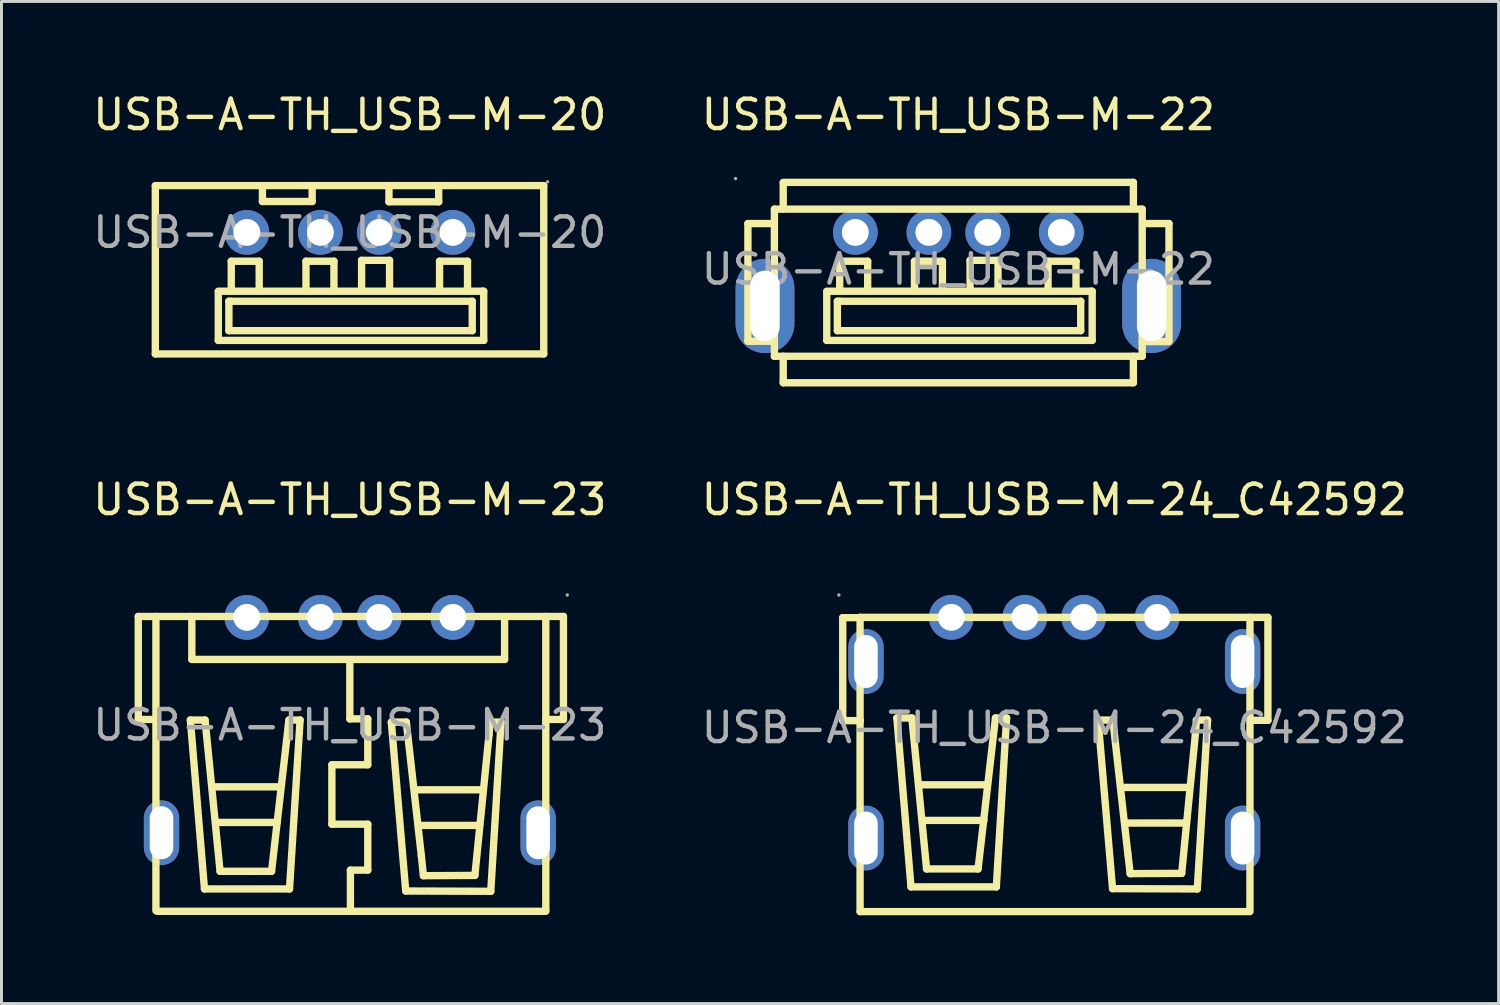
<source format=kicad_pcb>
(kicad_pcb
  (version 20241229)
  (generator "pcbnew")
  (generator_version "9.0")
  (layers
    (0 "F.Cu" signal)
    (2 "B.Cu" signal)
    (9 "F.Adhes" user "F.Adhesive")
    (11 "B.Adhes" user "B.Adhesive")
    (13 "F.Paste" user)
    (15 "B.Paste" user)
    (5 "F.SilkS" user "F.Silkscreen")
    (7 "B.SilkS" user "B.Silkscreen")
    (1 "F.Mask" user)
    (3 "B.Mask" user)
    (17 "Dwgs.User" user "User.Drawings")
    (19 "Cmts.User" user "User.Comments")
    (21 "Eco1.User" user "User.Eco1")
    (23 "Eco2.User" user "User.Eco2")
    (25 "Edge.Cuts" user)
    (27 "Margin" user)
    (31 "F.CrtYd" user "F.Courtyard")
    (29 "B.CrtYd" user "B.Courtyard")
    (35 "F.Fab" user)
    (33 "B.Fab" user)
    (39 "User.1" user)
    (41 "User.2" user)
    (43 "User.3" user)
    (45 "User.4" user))
  (footprint "USB-A-TH_USB-M-24_C42592"
    (layer "F.Cu")
    (at 32.78 21.681)
    (property "Reference" "USB-A-TH_USB-M-24_C42592" (at 0 -7.75 0) (layer "F.SilkS") (effects (font (size 1 1) (thickness 0.15))))
    (attr through_hole)
    (fp_line (start -7.19 -0.24) (end -7.19 -3.74) (stroke (width 0.25) (type solid)) (layer "F.SilkS"))
    (fp_line (start -6.6 -3.75) (end -6.6 6.25) (stroke (width 0.25) (type solid)) (layer "F.SilkS"))
    (fp_line (start -6.6 -3.75) (end 6.6 -3.75) (stroke (width 0.25) (type solid)) (layer "F.SilkS"))
    (fp_line (start -6.6 6.25) (end 6.6 6.25) (stroke (width 0.25) (type solid)) (layer "F.SilkS"))
    (fp_line (start -6.59 -3.74) (end -7.19 -3.74) (stroke (width 0.25) (type solid)) (layer "F.SilkS"))
    (fp_line (start -6.59 -0.24) (end -7.19 -0.24) (stroke (width 0.25) (type solid)) (layer "F.SilkS"))
    (fp_line (start -5.35 -0.33) (end -4.84 -0.33) (stroke (width 0.25) (type solid)) (layer "F.SilkS"))
    (fp_line (start -4.87 5.41) (end -5.35 -0.33) (stroke (width 0.25) (type solid)) (layer "F.SilkS"))
    (fp_line (start -4.84 -0.33) (end -4.34 4.8) (stroke (width 0.25) (type solid)) (layer "F.SilkS"))
    (fp_line (start -4.56 1.94) (end -2.3 1.94) (stroke (width 0.25) (type solid)) (layer "F.SilkS"))
    (fp_line (start -4.42 3.15) (end -2.39 3.15) (stroke (width 0.25) (type solid)) (layer "F.SilkS"))
    (fp_line (start -4.34 4.8) (end -2.59 4.8) (stroke (width 0.25) (type solid)) (layer "F.SilkS"))
    (fp_line (start -2.59 4.8) (end -2 -0.33) (stroke (width 0.25) (type solid)) (layer "F.SilkS"))
    (fp_line (start -2 -0.33) (end -1.62 -0.33) (stroke (width 0.25) (type solid)) (layer "F.SilkS"))
    (fp_line (start -1.97 5.41) (end -4.87 5.41) (stroke (width 0.25) (type solid)) (layer "F.SilkS"))
    (fp_line (start -1.62 -0.33) (end -1.97 5.41) (stroke (width 0.25) (type solid)) (layer "F.SilkS"))
    (fp_line (start 1.49 -0.26) (end 1.99 -0.26) (stroke (width 0.25) (type solid)) (layer "F.SilkS"))
    (fp_line (start 1.98 5.47) (end 1.49 -0.26) (stroke (width 0.25) (type solid)) (layer "F.SilkS"))
    (fp_line (start 1.99 -0.26) (end 2.5 4.28) (stroke (width 0.25) (type solid)) (layer "F.SilkS"))
    (fp_line (start 2.32 2.03) (end 4.58 2.03) (stroke (width 0.25) (type solid)) (layer "F.SilkS"))
    (fp_line (start 2.46 3.24) (end 4.49 3.24) (stroke (width 0.25) (type solid)) (layer "F.SilkS"))
    (fp_line (start 2.5 4.28) (end 2.58 4.96) (stroke (width 0.25) (type solid)) (layer "F.SilkS"))
    (fp_line (start 2.58 4.96) (end 4.33 4.95) (stroke (width 0.25) (type solid)) (layer "F.SilkS"))
    (fp_line (start 4.33 4.95) (end 4.8 0.17) (stroke (width 0.25) (type solid)) (layer "F.SilkS"))
    (fp_line (start 4.8 0.17) (end 4.83 -0.26) (stroke (width 0.25) (type solid)) (layer "F.SilkS"))
    (fp_line (start 4.83 -0.26) (end 5.21 -0.26) (stroke (width 0.25) (type solid)) (layer "F.SilkS"))
    (fp_line (start 4.86 5.48) (end 1.98 5.47) (stroke (width 0.25) (type solid)) (layer "F.SilkS"))
    (fp_line (start 5.21 -0.26) (end 4.86 5.48) (stroke (width 0.25) (type solid)) (layer "F.SilkS"))
    (fp_line (start 6.65 -3.75) (end 6.65 6.25) (stroke (width 0.25) (type solid)) (layer "F.SilkS"))
    (fp_line (start 6.66 -3.75) (end 7.26 -3.75) (stroke (width 0.25) (type solid)) (layer "F.SilkS"))
    (fp_line (start 6.66 -0.25) (end 7.26 -0.25) (stroke (width 0.25) (type solid)) (layer "F.SilkS"))
    (fp_line (start 7.26 -3.75) (end 7.26 -0.25) (stroke (width 0.25) (type solid)) (layer "F.SilkS"))
    (fp_circle (center -7.32 -4.51) (end -7.29 -4.51) (stroke (width 0.06) (type solid)) (fill no) (layer "F.Fab"))
    (fp_circle (center -3.5 -3.75) (end -3.32 -3.75) (stroke (width 0.36) (type solid)) (fill no) (layer "F.Fab"))
    (fp_circle (center -1 -3.75) (end -0.82 -3.75) (stroke (width 0.36) (type solid)) (fill no) (layer "F.Fab"))
    (fp_circle (center 1 -3.75) (end 1.18 -3.75) (stroke (width 0.36) (type solid)) (fill no) (layer "F.Fab"))
    (fp_circle (center 3.5 -3.75) (end 3.68 -3.75) (stroke (width 0.36) (type solid)) (fill no) (layer "F.Fab"))
    (fp_text user "${REFERENCE}" (at 0 0 0) (layer "F.Fab") (effects (font (size 1 1) (thickness 0.15))))
    (pad "0" thru_hole oval (at -6.4 -2.25 270) (size 2.2 1.2) (drill oval 1.8 0.8) (layers "*.Cu" "*.Paste" "*.Mask"))
    (pad "0" thru_hole oval (at -6.4 3.75 90) (size 2.2 1.2) (drill oval 1.8 0.8) (layers "*.Cu" "*.Paste" "*.Mask"))
    (pad "0" thru_hole oval (at 6.4 -2.25 90) (size 2.2 1.2) (drill oval 1.8 0.8) (layers "*.Cu" "*.Paste" "*.Mask"))
    (pad "0" thru_hole oval (at 6.4 3.75 90) (size 2.2 1.2) (drill oval 1.8 0.8) (layers "*.Cu" "*.Paste" "*.Mask"))
    (pad "1" thru_hole circle (at -3.5 -3.75) (size 1.52 1.52) (drill 0.914) (layers "*.Cu" "*.Paste" "*.Mask"))
    (pad "2" thru_hole circle (at -1 -3.75) (size 1.52 1.52) (drill 0.914) (layers "*.Cu" "*.Paste" "*.Mask"))
    (pad "3" thru_hole circle (at 1 -3.75) (size 1.52 1.52) (drill 0.914) (layers "*.Cu" "*.Paste" "*.Mask"))
    (pad "4" thru_hole circle (at 3.5 -3.75) (size 1.52 1.52) (drill 0.914) (layers "*.Cu" "*.Paste" "*.Mask")))
  (footprint "USB-A-TH_USB-M-22"
    (layer "F.Cu")
    (at 29.518 6.098)
    (property "Reference" "USB-A-TH_USB-M-22" (at 0 -5.25 0) (layer "F.SilkS") (effects (font (size 1 1) (thickness 0.15))))
    (attr through_hole)
    (fp_line (start -7.15 -1.55) (end -7.15 2.45) (stroke (width 0.25) (type solid)) (layer "F.SilkS"))
    (fp_line (start -7.15 -1.55) (end -6.25 -1.55) (stroke (width 0.25) (type solid)) (layer "F.SilkS"))
    (fp_line (start -6.25 -2.04) (end -6.25 2.96) (stroke (width 0.25) (type solid)) (layer "F.SilkS"))
    (fp_line (start -6.25 -2.04) (end 6.25 -2.04) (stroke (width 0.25) (type solid)) (layer "F.SilkS"))
    (fp_line (start -6.25 2.45) (end -7.15 2.45) (stroke (width 0.25) (type solid)) (layer "F.SilkS"))
    (fp_line (start -6.25 2.96) (end 6.25 2.96) (stroke (width 0.25) (type solid)) (layer "F.SilkS"))
    (fp_line (start -5.95 -2.95) (end 5.95 -2.95) (stroke (width 0.25) (type solid)) (layer "F.SilkS"))
    (fp_line (start -5.95 -2.04) (end -5.95 -2.94) (stroke (width 0.25) (type solid)) (layer "F.SilkS"))
    (fp_line (start -5.95 2.96) (end -5.95 3.86) (stroke (width 0.25) (type solid)) (layer "F.SilkS"))
    (fp_line (start -4.47 0.75) (end 4.51 0.75) (stroke (width 0.25) (type solid)) (layer "F.SilkS"))
    (fp_line (start -4.47 2.42) (end -4.47 0.76) (stroke (width 0.25) (type solid)) (layer "F.SilkS"))
    (fp_line (start -4.11 1.09) (end -4.03 1.09) (stroke (width 0.25) (type solid)) (layer "F.SilkS"))
    (fp_line (start -4.11 2.09) (end -4.11 1.09) (stroke (width 0.25) (type solid)) (layer "F.SilkS"))
    (fp_line (start -4.03 -0.27) (end -3.08 -0.27) (stroke (width 0.25) (type solid)) (layer "F.SilkS"))
    (fp_line (start -4.03 0.75) (end -4.03 -0.27) (stroke (width 0.25) (type solid)) (layer "F.SilkS"))
    (fp_line (start -4.02 1.09) (end 4.16 1.09) (stroke (width 0.25) (type solid)) (layer "F.SilkS"))
    (fp_line (start -3.08 -0.27) (end -3.08 0.74) (stroke (width 0.25) (type solid)) (layer "F.SilkS"))
    (fp_line (start -1.49 -0.27) (end -0.54 -0.27) (stroke (width 0.25) (type solid)) (layer "F.SilkS"))
    (fp_line (start -1.49 0.75) (end -1.49 -0.27) (stroke (width 0.25) (type solid)) (layer "F.SilkS"))
    (fp_line (start -0.54 -0.27) (end -0.54 0.74) (stroke (width 0.25) (type solid)) (layer "F.SilkS"))
    (fp_line (start 0.4 -0.3) (end 1.35 -0.3) (stroke (width 0.25) (type solid)) (layer "F.SilkS"))
    (fp_line (start 0.4 0.72) (end 0.4 -0.3) (stroke (width 0.25) (type solid)) (layer "F.SilkS"))
    (fp_line (start 1.35 -0.3) (end 1.35 0.71) (stroke (width 0.25) (type solid)) (layer "F.SilkS"))
    (fp_line (start 3.05 -0.27) (end 4 -0.27) (stroke (width 0.25) (type solid)) (layer "F.SilkS"))
    (fp_line (start 3.05 0.75) (end 3.05 -0.27) (stroke (width 0.25) (type solid)) (layer "F.SilkS"))
    (fp_line (start 4 -0.27) (end 4 0.74) (stroke (width 0.25) (type solid)) (layer "F.SilkS"))
    (fp_line (start 4.16 1.09) (end 4.16 2.09) (stroke (width 0.25) (type solid)) (layer "F.SilkS"))
    (fp_line (start 4.16 2.09) (end -4.11 2.09) (stroke (width 0.25) (type solid)) (layer "F.SilkS"))
    (fp_line (start 4.51 0.75) (end 4.55 0.75) (stroke (width 0.25) (type solid)) (layer "F.SilkS"))
    (fp_line (start 4.55 0.75) (end 4.55 2.42) (stroke (width 0.25) (type solid)) (layer "F.SilkS"))
    (fp_line (start 4.55 2.42) (end -4.47 2.42) (stroke (width 0.25) (type solid)) (layer "F.SilkS"))
    (fp_line (start 5.95 -2.05) (end 5.95 -2.95) (stroke (width 0.25) (type solid)) (layer "F.SilkS"))
    (fp_line (start 5.95 2.96) (end 5.95 3.86) (stroke (width 0.25) (type solid)) (layer "F.SilkS"))
    (fp_line (start 5.95 3.86) (end -5.95 3.86) (stroke (width 0.25) (type solid)) (layer "F.SilkS"))
    (fp_line (start 6.25 -2.04) (end 6.25 2.96) (stroke (width 0.25) (type solid)) (layer "F.SilkS"))
    (fp_line (start 6.25 2.46) (end 7.15 2.46) (stroke (width 0.25) (type solid)) (layer "F.SilkS"))
    (fp_line (start 6.26 -1.55) (end 7.16 -1.55) (stroke (width 0.25) (type solid)) (layer "F.SilkS"))
    (fp_line (start 7.16 -1.55) (end 7.16 2.45) (stroke (width 0.25) (type solid)) (layer "F.SilkS"))
    (fp_circle (center -7.57 -3.08) (end -7.54 -3.08) (stroke (width 0.06) (type solid)) (fill no) (layer "F.Fab"))
    (fp_circle (center -3.5 -1.25) (end -3.32 -1.25) (stroke (width 0.36) (type solid)) (fill no) (layer "F.Fab"))
    (fp_circle (center -1 -1.25) (end -0.82 -1.25) (stroke (width 0.36) (type solid)) (fill no) (layer "F.Fab"))
    (fp_circle (center 1 -1.25) (end 1.18 -1.25) (stroke (width 0.36) (type solid)) (fill no) (layer "F.Fab"))
    (fp_circle (center 3.5 -1.25) (end 3.68 -1.25) (stroke (width 0.36) (type solid)) (fill no) (layer "F.Fab"))
    (fp_text user "${REFERENCE}" (at 0 0 0) (layer "F.Fab") (effects (font (size 1 1) (thickness 0.15))))
    (pad "0" thru_hole oval (at -6.57 1.25 270) (size 3.2 2) (drill oval 2.4 1) (layers "*.Cu" "*.Paste" "*.Mask"))
    (pad "0" thru_hole oval (at 6.57 1.25 90) (size 3.2 2) (drill oval 2.4 1) (layers "*.Cu" "*.Paste" "*.Mask"))
    (pad "1" thru_hole circle (at -3.5 -1.25 180) (size 1.52 1.52) (drill 0.914) (layers "*.Cu" "*.Paste" "*.Mask"))
    (pad "2" thru_hole circle (at -1 -1.25 180) (size 1.52 1.52) (drill 0.914) (layers "*.Cu" "*.Paste" "*.Mask"))
    (pad "3" thru_hole circle (at 1 -1.25 180) (size 1.52 1.52) (drill 0.914) (layers "*.Cu" "*.Paste" "*.Mask"))
    (pad "4" thru_hole circle (at 3.5 -1.25 180) (size 1.52 1.52) (drill 0.914) (layers "*.Cu" "*.Paste" "*.Mask")))
  (footprint "USB-A-TH_USB-M-23"
    (layer "F.Cu")
    (at 8.839 21.591)
    (property "Reference" "USB-A-TH_USB-M-23" (at 0 -7.66 0) (layer "F.SilkS") (effects (font (size 1 1) (thickness 0.15))))
    (attr through_hole)
    (fp_line (start -7.19 -0.19) (end -7.19 -3.69) (stroke (width 0.25) (type solid)) (layer "F.SilkS"))
    (fp_line (start -6.59 -3.69) (end -7.19 -3.69) (stroke (width 0.25) (type solid)) (layer "F.SilkS"))
    (fp_line (start -6.59 -3.69) (end -6.59 6.31) (stroke (width 0.25) (type solid)) (layer "F.SilkS"))
    (fp_line (start -6.59 -0.19) (end -7.19 -0.19) (stroke (width 0.25) (type solid)) (layer "F.SilkS"))
    (fp_line (start -6.57 -3.69) (end 6.63 -3.69) (stroke (width 0.25) (type solid)) (layer "F.SilkS"))
    (fp_line (start -6.54 6.33) (end 6.66 6.33) (stroke (width 0.25) (type solid)) (layer "F.SilkS"))
    (fp_line (start -5.42 -0.17) (end -4.92 -0.17) (stroke (width 0.25) (type solid)) (layer "F.SilkS"))
    (fp_line (start -5.37 -3.66) (end -5.37 -3.69) (stroke (width 0.25) (type solid)) (layer "F.SilkS"))
    (fp_line (start -5.37 -2.23) (end -5.37 -3.66) (stroke (width 0.25) (type solid)) (layer "F.SilkS"))
    (fp_line (start -4.94 5.57) (end -5.42 -0.17) (stroke (width 0.25) (type solid)) (layer "F.SilkS"))
    (fp_line (start -4.92 -0.17) (end -4.41 4.97) (stroke (width 0.25) (type solid)) (layer "F.SilkS"))
    (fp_line (start -4.64 2.1) (end -2.38 2.1) (stroke (width 0.25) (type solid)) (layer "F.SilkS"))
    (fp_line (start -4.5 3.31) (end -2.47 3.31) (stroke (width 0.25) (type solid)) (layer "F.SilkS"))
    (fp_line (start -4.41 4.97) (end -2.66 4.97) (stroke (width 0.25) (type solid)) (layer "F.SilkS"))
    (fp_line (start -2.66 4.97) (end -2.07 -0.17) (stroke (width 0.25) (type solid)) (layer "F.SilkS"))
    (fp_line (start -2.07 -0.17) (end -1.69 -0.17) (stroke (width 0.25) (type solid)) (layer "F.SilkS"))
    (fp_line (start -2.05 5.57) (end -4.94 5.57) (stroke (width 0.25) (type solid)) (layer "F.SilkS"))
    (fp_line (start -1.69 -0.17) (end -2.05 5.57) (stroke (width 0.25) (type solid)) (layer "F.SilkS"))
    (fp_line (start -0.61 1.35) (end -0.61 3.37) (stroke (width 0.25) (type solid)) (layer "F.SilkS"))
    (fp_line (start -0.61 3.37) (end 0.61 3.37) (stroke (width 0.25) (type solid)) (layer "F.SilkS"))
    (fp_line (start 0 -2.21) (end 0 -0.21) (stroke (width 0.25) (type solid)) (layer "F.SilkS"))
    (fp_line (start 0 -0.21) (end 0.61 -0.21) (stroke (width 0.25) (type solid)) (layer "F.SilkS"))
    (fp_line (start 0.02 4.93) (end 0.02 6.33) (stroke (width 0.25) (type solid)) (layer "F.SilkS"))
    (fp_line (start 0.61 -0.21) (end 0.61 1.35) (stroke (width 0.25) (type solid)) (layer "F.SilkS"))
    (fp_line (start 0.61 1.35) (end -0.61 1.35) (stroke (width 0.25) (type solid)) (layer "F.SilkS"))
    (fp_line (start 0.61 3.37) (end 0.61 4.93) (stroke (width 0.25) (type solid)) (layer "F.SilkS"))
    (fp_line (start 0.61 4.93) (end 0.02 4.93) (stroke (width 0.25) (type solid)) (layer "F.SilkS"))
    (fp_line (start 1.41 -0.1) (end 1.92 -0.1) (stroke (width 0.25) (type solid)) (layer "F.SilkS"))
    (fp_line (start 1.9 5.64) (end 1.41 -0.1) (stroke (width 0.25) (type solid)) (layer "F.SilkS"))
    (fp_line (start 1.92 -0.1) (end 2.43 4.44) (stroke (width 0.25) (type solid)) (layer "F.SilkS"))
    (fp_line (start 2.24 2.2) (end 4.5 2.2) (stroke (width 0.25) (type solid)) (layer "F.SilkS"))
    (fp_line (start 2.38 3.41) (end 4.41 3.41) (stroke (width 0.25) (type solid)) (layer "F.SilkS"))
    (fp_line (start 2.43 4.44) (end 2.5 5.12) (stroke (width 0.25) (type solid)) (layer "F.SilkS"))
    (fp_line (start 2.5 5.12) (end 4.25 5.11) (stroke (width 0.25) (type solid)) (layer "F.SilkS"))
    (fp_line (start 4.25 5.11) (end 4.73 0.33) (stroke (width 0.25) (type solid)) (layer "F.SilkS"))
    (fp_line (start 4.73 0.33) (end 4.76 -0.1) (stroke (width 0.25) (type solid)) (layer "F.SilkS"))
    (fp_line (start 4.76 -0.1) (end 5.14 -0.1) (stroke (width 0.25) (type solid)) (layer "F.SilkS"))
    (fp_line (start 4.79 5.65) (end 1.9 5.64) (stroke (width 0.25) (type solid)) (layer "F.SilkS"))
    (fp_line (start 5.14 -0.1) (end 4.79 5.65) (stroke (width 0.25) (type solid)) (layer "F.SilkS"))
    (fp_line (start 5.26 -3.68) (end 5.26 -3.63) (stroke (width 0.25) (type solid)) (layer "F.SilkS"))
    (fp_line (start 5.26 -3.63) (end 5.26 -2.23) (stroke (width 0.25) (type solid)) (layer "F.SilkS"))
    (fp_line (start 5.26 -2.23) (end -5.37 -2.23) (stroke (width 0.25) (type solid)) (layer "F.SilkS"))
    (fp_line (start 6.66 -3.69) (end 6.66 6.31) (stroke (width 0.25) (type solid)) (layer "F.SilkS"))
    (fp_line (start 6.66 -3.69) (end 7.26 -3.69) (stroke (width 0.25) (type solid)) (layer "F.SilkS"))
    (fp_line (start 6.66 -0.19) (end 7.26 -0.19) (stroke (width 0.25) (type solid)) (layer "F.SilkS"))
    (fp_line (start 7.26 -3.69) (end 7.26 -0.19) (stroke (width 0.25) (type solid)) (layer "F.SilkS"))
    (fp_circle (center -3.5 -3.66) (end -3.32 -3.66) (stroke (width 0.36) (type solid)) (fill no) (layer "F.Fab"))
    (fp_circle (center -1 -3.66) (end -0.82 -3.66) (stroke (width 0.36) (type solid)) (fill no) (layer "F.Fab"))
    (fp_circle (center 1 -3.66) (end 1.18 -3.66) (stroke (width 0.36) (type solid)) (fill no) (layer "F.Fab"))
    (fp_circle (center 3.5 -3.66) (end 3.68 -3.66) (stroke (width 0.36) (type solid)) (fill no) (layer "F.Fab"))
    (fp_circle (center 7.39 -4.42) (end 7.42 -4.42) (stroke (width 0.06) (type solid)) (fill no) (layer "F.Fab"))
    (fp_text user "${REFERENCE}" (at 0 0 0) (layer "F.Fab") (effects (font (size 1 1) (thickness 0.15))))
    (pad "0" thru_hole oval (at -6.4 3.66 270) (size 2.2 1.2) (drill oval 1.8 0.8) (layers "*.Cu" "*.Paste" "*.Mask"))
    (pad "0" thru_hole oval (at 6.4 3.66 90) (size 2.2 1.2) (drill oval 1.8 0.8) (layers "*.Cu" "*.Paste" "*.Mask"))
    (pad "1" thru_hole circle (at 3.5 -3.66) (size 1.52 1.52) (drill 0.914) (layers "*.Cu" "*.Paste" "*.Mask"))
    (pad "2" thru_hole circle (at 1 -3.66) (size 1.52 1.52) (drill 0.914) (layers "*.Cu" "*.Paste" "*.Mask"))
    (pad "3" thru_hole circle (at -1 -3.66) (size 1.52 1.52) (drill 0.914) (layers "*.Cu" "*.Paste" "*.Mask"))
    (pad "4" thru_hole circle (at -3.5 -3.66) (size 1.52 1.52) (drill 0.914) (layers "*.Cu" "*.Paste" "*.Mask")))
  (footprint "USB-A-TH_USB-M-20"
    (layer "F.Cu")
    (at 8.839 4.848)
    (property "Reference" "USB-A-TH_USB-M-20" (at 0 -4 0) (layer "F.SilkS") (effects (font (size 1 1) (thickness 0.15))))
    (attr through_hole)
    (fp_line (start -6.61 -1.59) (end 6.59 -1.59) (stroke (width 0.25) (type solid)) (layer "F.SilkS"))
    (fp_line (start -6.61 -1.58) (end -6.61 4.13) (stroke (width 0.25) (type solid)) (layer "F.SilkS"))
    (fp_line (start -6.61 4.13) (end 6.59 4.13) (stroke (width 0.25) (type solid)) (layer "F.SilkS"))
    (fp_line (start -4.47 2) (end 4.51 2) (stroke (width 0.25) (type solid)) (layer "F.SilkS"))
    (fp_line (start -4.47 3.67) (end -4.47 2.01) (stroke (width 0.25) (type solid)) (layer "F.SilkS"))
    (fp_line (start -4.11 2.34) (end -4.03 2.34) (stroke (width 0.25) (type solid)) (layer "F.SilkS"))
    (fp_line (start -4.11 3.34) (end -4.11 2.34) (stroke (width 0.25) (type solid)) (layer "F.SilkS"))
    (fp_line (start -4.03 0.98) (end -3.08 0.98) (stroke (width 0.25) (type solid)) (layer "F.SilkS"))
    (fp_line (start -4.03 2) (end -4.03 0.98) (stroke (width 0.25) (type solid)) (layer "F.SilkS"))
    (fp_line (start -4.02 2.34) (end 4.16 2.34) (stroke (width 0.25) (type solid)) (layer "F.SilkS"))
    (fp_line (start -3.08 0.98) (end -3.08 1.99) (stroke (width 0.25) (type solid)) (layer "F.SilkS"))
    (fp_line (start -2.97 -1.58) (end -2.97 -1.05) (stroke (width 0.25) (type solid)) (layer "F.SilkS"))
    (fp_line (start -2.97 -1.05) (end -1.28 -1.05) (stroke (width 0.25) (type solid)) (layer "F.SilkS"))
    (fp_line (start -1.49 0.98) (end -0.54 0.98) (stroke (width 0.25) (type solid)) (layer "F.SilkS"))
    (fp_line (start -1.49 2) (end -1.49 0.98) (stroke (width 0.25) (type solid)) (layer "F.SilkS"))
    (fp_line (start -1.28 -1.05) (end -1.28 -1.58) (stroke (width 0.25) (type solid)) (layer "F.SilkS"))
    (fp_line (start -0.54 0.98) (end -0.54 1.99) (stroke (width 0.25) (type solid)) (layer "F.SilkS"))
    (fp_line (start 0.4 0.95) (end 1.35 0.95) (stroke (width 0.25) (type solid)) (layer "F.SilkS"))
    (fp_line (start 0.4 1.97) (end 0.4 0.95) (stroke (width 0.25) (type solid)) (layer "F.SilkS"))
    (fp_line (start 1.33 -1.57) (end 1.33 -1.04) (stroke (width 0.25) (type solid)) (layer "F.SilkS"))
    (fp_line (start 1.33 -1.04) (end 3.02 -1.04) (stroke (width 0.25) (type solid)) (layer "F.SilkS"))
    (fp_line (start 1.35 0.95) (end 1.35 1.96) (stroke (width 0.25) (type solid)) (layer "F.SilkS"))
    (fp_line (start 3.02 -1.04) (end 3.02 -1.57) (stroke (width 0.25) (type solid)) (layer "F.SilkS"))
    (fp_line (start 3.05 0.98) (end 4 0.98) (stroke (width 0.25) (type solid)) (layer "F.SilkS"))
    (fp_line (start 3.05 2) (end 3.05 0.98) (stroke (width 0.25) (type solid)) (layer "F.SilkS"))
    (fp_line (start 4 0.98) (end 4 1.99) (stroke (width 0.25) (type solid)) (layer "F.SilkS"))
    (fp_line (start 4.16 2.34) (end 4.16 3.34) (stroke (width 0.25) (type solid)) (layer "F.SilkS"))
    (fp_line (start 4.16 3.34) (end -4.11 3.34) (stroke (width 0.25) (type solid)) (layer "F.SilkS"))
    (fp_line (start 4.51 2) (end 4.55 2) (stroke (width 0.25) (type solid)) (layer "F.SilkS"))
    (fp_line (start 4.55 2) (end 4.55 3.67) (stroke (width 0.25) (type solid)) (layer "F.SilkS"))
    (fp_line (start 4.55 3.67) (end -4.47 3.67) (stroke (width 0.25) (type solid)) (layer "F.SilkS"))
    (fp_line (start 6.59 -1.59) (end 6.59 4.13) (stroke (width 0.25) (type solid)) (layer "F.SilkS"))
    (fp_circle (center -3.5 0) (end -3.32 0) (stroke (width 0.36) (type solid)) (fill no) (layer "F.Fab"))
    (fp_circle (center -1 0) (end -0.82 0) (stroke (width 0.36) (type solid)) (fill no) (layer "F.Fab"))
    (fp_circle (center 1 0) (end 1.18 0) (stroke (width 0.36) (type solid)) (fill no) (layer "F.Fab"))
    (fp_circle (center 3.5 0) (end 3.68 0) (stroke (width 0.36) (type solid)) (fill no) (layer "F.Fab"))
    (fp_circle (center 6.72 -1.72) (end 6.75 -1.72) (stroke (width 0.06) (type solid)) (fill no) (layer "F.Fab"))
    (fp_text user "${REFERENCE}" (at 0 0 0) (layer "F.Fab") (effects (font (size 1 1) (thickness 0.15))))
    (pad "1" thru_hole circle (at 3.5 0) (size 1.52 1.52) (drill 0.914) (layers "*.Cu" "*.Paste" "*.Mask"))
    (pad "2" thru_hole circle (at 1 0) (size 1.52 1.52) (drill 0.914) (layers "*.Cu" "*.Paste" "*.Mask"))
    (pad "3" thru_hole circle (at -1 0) (size 1.52 1.52) (drill 0.914) (layers "*.Cu" "*.Paste" "*.Mask"))
    (pad "4" thru_hole circle (at -3.5 0) (size 1.52 1.52) (drill 0.914) (layers "*.Cu" "*.Paste" "*.Mask")))
  (gr_rect
    (start -3 -3)
    (end 47.881 31.056)
    (stroke (width 0.1) (type default))
    (fill no)
    (layer "Edge.Cuts")))
</source>
